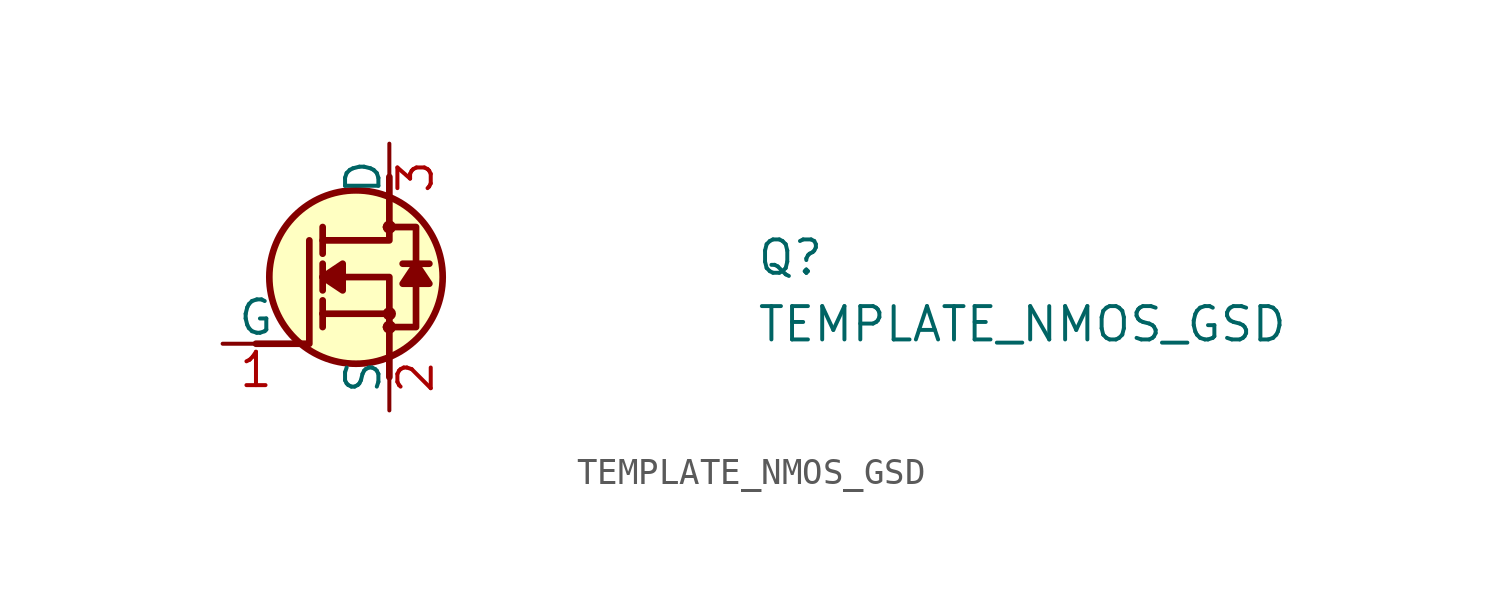
<source format=kicad_sym>
(kicad_symbol_lib
  (version 20220914)
  (generator kicad_symbol_editor)
  (symbol "TEMPLATE_NMOS_GSD"
    (pin_names
      (offset 0))
    (property "Reference" "Q"
      (at 20.32 2.54 0)
      (effects (font (size 1.27 1.27) (thickness 0.15)) (justify left bottom)))
    (property "Value" "TEMPLATE_NMOS_GSD"
      (at 20.32 0 0)
      (effects (font (size 1.27 1.27) (thickness 0.15)) (justify left bottom)))
    (property "MPN" ""
      (at 20.32 0 0)
      (effects (font (size 1.27 1.27))))
    (symbol "TEMPLATE_NMOS_GSD_1_1"
      (polyline (pts (xy 3.81 1.143) (xy 3.81 0.635)) (stroke (width 0.254) (type default)) (fill (type background)))
      (polyline (pts (xy 3.81 1.143) (xy 3.81 1.651)) (stroke (width 0.254) (type default)) (fill (type background)))
      (polyline (pts (xy 3.81 2.54) (xy 3.81 2.032)) (stroke (width 0.254) (type default)) (fill (type background)))
      (polyline (pts (xy 3.81 2.54) (xy 3.81 3.048)) (stroke (width 0.254) (type default)) (fill (type background)))
      (polyline (pts (xy 3.81 4.445) (xy 3.81 3.429)) (stroke (width 0.254) (type default)) (fill (type background)))
      (polyline (pts (xy 6.35 1.143) (xy 3.81 1.143)) (stroke (width 0.254) (type default)) (fill (type background)))
      (polyline (pts (xy 7.874 3.048) (xy 6.858 3.048)) (stroke (width 0.254) (type default)) (fill (type background)))
      (polyline (pts (xy 1.27 0) (xy 3.302 0) (xy 3.302 3.937)) (stroke (width 0.254) (type default)) (fill (type none)))
      (polyline (pts (xy 6.35 -1.27) (xy 6.35 2.54) (xy 3.81 2.54)) (stroke (width 0.254) (type default)) (fill (type none)))
      (polyline (pts (xy 6.35 6.35) (xy 6.35 3.937) (xy 3.81 3.937)) (stroke (width 0.254) (type default)) (fill (type none)))
      (polyline (pts (xy 3.81 2.54) (xy 4.572 3.048) (xy 4.572 2.032) (xy 3.81 2.54)) (stroke (width 0.254) (type default)) (fill (type outline)))
      (polyline (pts (xy 7.366 3.048) (xy 6.858 2.286) (xy 7.874 2.286) (xy 7.366 3.048)) (stroke (width 0.254) (type default)) (fill (type outline)))
      (polyline (pts (xy 6.223 0.635) (xy 7.366 0.635) (xy 7.366 3.937) (xy 7.366 4.445) (xy 6.223 4.445)) (stroke (width 0.254) (type default)) (fill (type none)))
      (circle (center 5.08 2.54) (radius 3.302) (stroke (width 0.254) (type default)) (fill (type background)))
      (circle (center 6.35 0.635) (radius 0.127) (stroke (width 0.254) (type default)) (fill (type background)))
      (circle (center 6.35 1.143) (radius 0.127) (stroke (width 0.254) (type default)) (fill (type background)))
      (circle (center 6.35 4.445) (radius 0.127) (stroke (width 0.254) (type default)) (fill (type background)))
      (pin passive line (at 0 0 0) (length 2.54) (name "G" (effects (font (size 1.27 1.27)))) (number "1" (effects (font (size 1.27 1.27)))))
      (pin passive line (at 6.35 -2.54 90) (length 2.54) (name "S" (effects (font (size 1.27 1.27)))) (number "2" (effects (font (size 1.27 1.27)))))
      (pin passive line (at 6.35 7.62 270) (length 2.54) (name "D" (effects (font (size 1.27 1.27)))) (number "3" (effects (font (size 1.27 1.27))))))))
</source>
